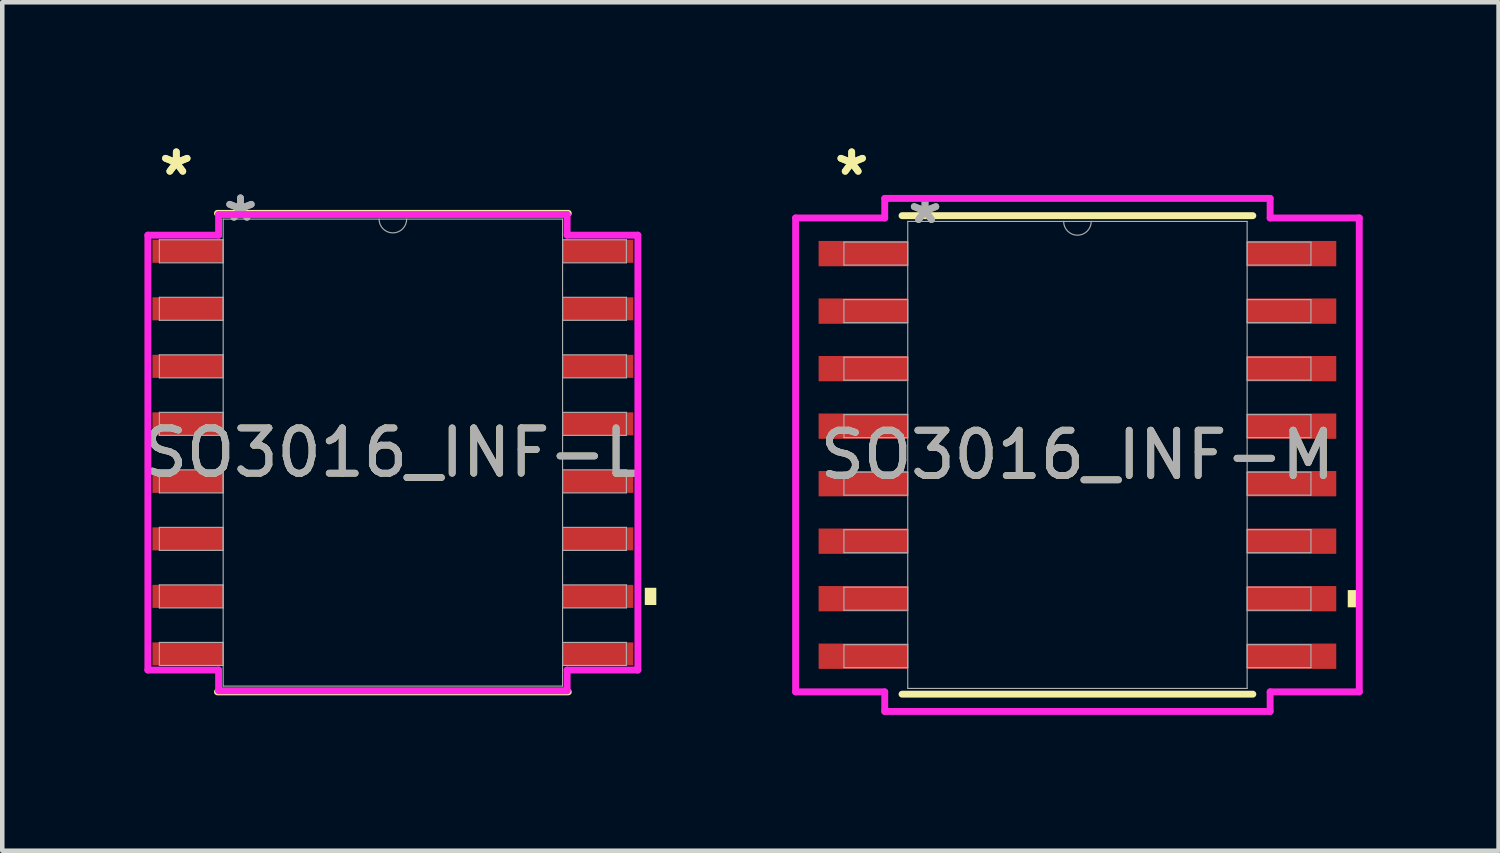
<source format=kicad_pcb>
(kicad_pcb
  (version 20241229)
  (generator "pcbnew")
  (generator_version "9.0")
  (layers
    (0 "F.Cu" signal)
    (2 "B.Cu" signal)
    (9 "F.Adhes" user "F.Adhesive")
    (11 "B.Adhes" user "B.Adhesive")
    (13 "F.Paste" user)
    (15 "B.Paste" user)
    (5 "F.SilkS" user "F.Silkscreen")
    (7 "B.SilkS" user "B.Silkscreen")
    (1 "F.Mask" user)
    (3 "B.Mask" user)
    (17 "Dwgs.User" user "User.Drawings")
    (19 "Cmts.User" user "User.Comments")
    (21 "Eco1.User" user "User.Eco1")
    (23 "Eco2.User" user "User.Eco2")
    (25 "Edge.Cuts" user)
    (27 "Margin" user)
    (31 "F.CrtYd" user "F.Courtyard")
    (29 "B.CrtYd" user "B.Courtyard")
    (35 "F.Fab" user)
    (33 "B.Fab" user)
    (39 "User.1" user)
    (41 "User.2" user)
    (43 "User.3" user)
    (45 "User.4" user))
  (footprint "SO3016_INF-L"
    (layer "F.Cu")
    (at 5.625 6.944)
    (property "Reference" "SO3016_INF-L" (at 0 0 0) (unlocked yes) (layer "F.SilkS") (effects (font (size 1 1) (thickness 0.15))))
    (attr smd)
    (fp_line (start -3.873 5.283) (end 3.873 5.283) (stroke (width 0.152) (type solid)) (layer "F.SilkS"))
    (fp_line (start 3.873 -5.283) (end -3.873 -5.283) (stroke (width 0.152) (type solid)) (layer "F.SilkS"))
    (fp_poly (pts (xy 5.817 2.985) (xy 5.817 3.365) (xy 5.563 3.365) (xy 5.563 2.985)) (stroke (width 0) (type solid)) (fill yes) (layer "F.SilkS"))
    (fp_line (start -5.41 -4.801) (end -3.848 -4.801) (stroke (width 0.152) (type solid)) (layer "F.CrtYd"))
    (fp_line (start -5.41 4.801) (end -5.41 -4.801) (stroke (width 0.152) (type solid)) (layer "F.CrtYd"))
    (fp_line (start -5.41 4.801) (end -3.848 4.801) (stroke (width 0.152) (type solid)) (layer "F.CrtYd"))
    (fp_line (start -3.848 -5.258) (end 3.848 -5.258) (stroke (width 0.152) (type solid)) (layer "F.CrtYd"))
    (fp_line (start -3.848 -4.801) (end -3.848 -5.258) (stroke (width 0.152) (type solid)) (layer "F.CrtYd"))
    (fp_line (start -3.848 5.258) (end -3.848 4.801) (stroke (width 0.152) (type solid)) (layer "F.CrtYd"))
    (fp_line (start 3.848 -5.258) (end 3.848 -4.801) (stroke (width 0.152) (type solid)) (layer "F.CrtYd"))
    (fp_line (start 3.848 4.801) (end 3.848 5.258) (stroke (width 0.152) (type solid)) (layer "F.CrtYd"))
    (fp_line (start 3.848 5.258) (end -3.848 5.258) (stroke (width 0.152) (type solid)) (layer "F.CrtYd"))
    (fp_line (start 5.41 -4.801) (end 3.848 -4.801) (stroke (width 0.152) (type solid)) (layer "F.CrtYd"))
    (fp_line (start 5.41 -4.801) (end 5.41 4.801) (stroke (width 0.152) (type solid)) (layer "F.CrtYd"))
    (fp_line (start 5.41 4.801) (end 3.848 4.801) (stroke (width 0.152) (type solid)) (layer "F.CrtYd"))
    (fp_line (start -5.156 -4.699) (end -5.156 -4.191) (stroke (width 0.025) (type solid)) (layer "F.Fab"))
    (fp_line (start -5.156 -4.191) (end -3.747 -4.191) (stroke (width 0.025) (type solid)) (layer "F.Fab"))
    (fp_line (start -5.156 -3.429) (end -5.156 -2.921) (stroke (width 0.025) (type solid)) (layer "F.Fab"))
    (fp_line (start -5.156 -2.921) (end -3.747 -2.921) (stroke (width 0.025) (type solid)) (layer "F.Fab"))
    (fp_line (start -5.156 -2.159) (end -5.156 -1.651) (stroke (width 0.025) (type solid)) (layer "F.Fab"))
    (fp_line (start -5.156 -1.651) (end -3.747 -1.651) (stroke (width 0.025) (type solid)) (layer "F.Fab"))
    (fp_line (start -5.156 -0.889) (end -5.156 -0.381) (stroke (width 0.025) (type solid)) (layer "F.Fab"))
    (fp_line (start -5.156 -0.381) (end -3.747 -0.381) (stroke (width 0.025) (type solid)) (layer "F.Fab"))
    (fp_line (start -5.156 0.381) (end -5.156 0.889) (stroke (width 0.025) (type solid)) (layer "F.Fab"))
    (fp_line (start -5.156 0.889) (end -3.747 0.889) (stroke (width 0.025) (type solid)) (layer "F.Fab"))
    (fp_line (start -5.156 1.651) (end -5.156 2.159) (stroke (width 0.025) (type solid)) (layer "F.Fab"))
    (fp_line (start -5.156 2.159) (end -3.747 2.159) (stroke (width 0.025) (type solid)) (layer "F.Fab"))
    (fp_line (start -5.156 2.921) (end -5.156 3.429) (stroke (width 0.025) (type solid)) (layer "F.Fab"))
    (fp_line (start -5.156 3.429) (end -3.747 3.429) (stroke (width 0.025) (type solid)) (layer "F.Fab"))
    (fp_line (start -5.156 4.191) (end -5.156 4.699) (stroke (width 0.025) (type solid)) (layer "F.Fab"))
    (fp_line (start -5.156 4.699) (end -3.747 4.699) (stroke (width 0.025) (type solid)) (layer "F.Fab"))
    (fp_line (start -3.747 -5.156) (end -3.747 5.156) (stroke (width 0.025) (type solid)) (layer "F.Fab"))
    (fp_line (start -3.747 -4.699) (end -5.156 -4.699) (stroke (width 0.025) (type solid)) (layer "F.Fab"))
    (fp_line (start -3.747 -4.191) (end -3.747 -4.699) (stroke (width 0.025) (type solid)) (layer "F.Fab"))
    (fp_line (start -3.747 -3.429) (end -5.156 -3.429) (stroke (width 0.025) (type solid)) (layer "F.Fab"))
    (fp_line (start -3.747 -2.921) (end -3.747 -3.429) (stroke (width 0.025) (type solid)) (layer "F.Fab"))
    (fp_line (start -3.747 -2.159) (end -5.156 -2.159) (stroke (width 0.025) (type solid)) (layer "F.Fab"))
    (fp_line (start -3.747 -1.651) (end -3.747 -2.159) (stroke (width 0.025) (type solid)) (layer "F.Fab"))
    (fp_line (start -3.747 -0.889) (end -5.156 -0.889) (stroke (width 0.025) (type solid)) (layer "F.Fab"))
    (fp_line (start -3.747 -0.381) (end -3.747 -0.889) (stroke (width 0.025) (type solid)) (layer "F.Fab"))
    (fp_line (start -3.747 0.381) (end -5.156 0.381) (stroke (width 0.025) (type solid)) (layer "F.Fab"))
    (fp_line (start -3.747 0.889) (end -3.747 0.381) (stroke (width 0.025) (type solid)) (layer "F.Fab"))
    (fp_line (start -3.747 1.651) (end -5.156 1.651) (stroke (width 0.025) (type solid)) (layer "F.Fab"))
    (fp_line (start -3.747 2.159) (end -3.747 1.651) (stroke (width 0.025) (type solid)) (layer "F.Fab"))
    (fp_line (start -3.747 2.921) (end -5.156 2.921) (stroke (width 0.025) (type solid)) (layer "F.Fab"))
    (fp_line (start -3.747 3.429) (end -3.747 2.921) (stroke (width 0.025) (type solid)) (layer "F.Fab"))
    (fp_line (start -3.747 4.191) (end -5.156 4.191) (stroke (width 0.025) (type solid)) (layer "F.Fab"))
    (fp_line (start -3.747 4.699) (end -3.747 4.191) (stroke (width 0.025) (type solid)) (layer "F.Fab"))
    (fp_line (start -3.747 5.156) (end 3.747 5.156) (stroke (width 0.025) (type solid)) (layer "F.Fab"))
    (fp_line (start 3.747 -5.156) (end -3.747 -5.156) (stroke (width 0.025) (type solid)) (layer "F.Fab"))
    (fp_line (start 3.747 -4.699) (end 3.747 -4.191) (stroke (width 0.025) (type solid)) (layer "F.Fab"))
    (fp_line (start 3.747 -4.191) (end 5.156 -4.191) (stroke (width 0.025) (type solid)) (layer "F.Fab"))
    (fp_line (start 3.747 -3.429) (end 3.747 -2.921) (stroke (width 0.025) (type solid)) (layer "F.Fab"))
    (fp_line (start 3.747 -2.921) (end 5.156 -2.921) (stroke (width 0.025) (type solid)) (layer "F.Fab"))
    (fp_line (start 3.747 -2.159) (end 3.747 -1.651) (stroke (width 0.025) (type solid)) (layer "F.Fab"))
    (fp_line (start 3.747 -1.651) (end 5.156 -1.651) (stroke (width 0.025) (type solid)) (layer "F.Fab"))
    (fp_line (start 3.747 -0.889) (end 3.747 -0.381) (stroke (width 0.025) (type solid)) (layer "F.Fab"))
    (fp_line (start 3.747 -0.381) (end 5.156 -0.381) (stroke (width 0.025) (type solid)) (layer "F.Fab"))
    (fp_line (start 3.747 0.381) (end 3.747 0.889) (stroke (width 0.025) (type solid)) (layer "F.Fab"))
    (fp_line (start 3.747 0.889) (end 5.156 0.889) (stroke (width 0.025) (type solid)) (layer "F.Fab"))
    (fp_line (start 3.747 1.651) (end 3.747 2.159) (stroke (width 0.025) (type solid)) (layer "F.Fab"))
    (fp_line (start 3.747 2.159) (end 5.156 2.159) (stroke (width 0.025) (type solid)) (layer "F.Fab"))
    (fp_line (start 3.747 2.921) (end 3.747 3.429) (stroke (width 0.025) (type solid)) (layer "F.Fab"))
    (fp_line (start 3.747 3.429) (end 5.156 3.429) (stroke (width 0.025) (type solid)) (layer "F.Fab"))
    (fp_line (start 3.747 4.191) (end 3.747 4.699) (stroke (width 0.025) (type solid)) (layer "F.Fab"))
    (fp_line (start 3.747 4.699) (end 5.156 4.699) (stroke (width 0.025) (type solid)) (layer "F.Fab"))
    (fp_line (start 3.747 5.156) (end 3.747 -5.156) (stroke (width 0.025) (type solid)) (layer "F.Fab"))
    (fp_line (start 5.156 -4.699) (end 3.747 -4.699) (stroke (width 0.025) (type solid)) (layer "F.Fab"))
    (fp_line (start 5.156 -4.191) (end 5.156 -4.699) (stroke (width 0.025) (type solid)) (layer "F.Fab"))
    (fp_line (start 5.156 -3.429) (end 3.747 -3.429) (stroke (width 0.025) (type solid)) (layer "F.Fab"))
    (fp_line (start 5.156 -2.921) (end 5.156 -3.429) (stroke (width 0.025) (type solid)) (layer "F.Fab"))
    (fp_line (start 5.156 -2.159) (end 3.747 -2.159) (stroke (width 0.025) (type solid)) (layer "F.Fab"))
    (fp_line (start 5.156 -1.651) (end 5.156 -2.159) (stroke (width 0.025) (type solid)) (layer "F.Fab"))
    (fp_line (start 5.156 -0.889) (end 3.747 -0.889) (stroke (width 0.025) (type solid)) (layer "F.Fab"))
    (fp_line (start 5.156 -0.381) (end 5.156 -0.889) (stroke (width 0.025) (type solid)) (layer "F.Fab"))
    (fp_line (start 5.156 0.381) (end 3.747 0.381) (stroke (width 0.025) (type solid)) (layer "F.Fab"))
    (fp_line (start 5.156 0.889) (end 5.156 0.381) (stroke (width 0.025) (type solid)) (layer "F.Fab"))
    (fp_line (start 5.156 1.651) (end 3.747 1.651) (stroke (width 0.025) (type solid)) (layer "F.Fab"))
    (fp_line (start 5.156 2.159) (end 5.156 1.651) (stroke (width 0.025) (type solid)) (layer "F.Fab"))
    (fp_line (start 5.156 2.921) (end 3.747 2.921) (stroke (width 0.025) (type solid)) (layer "F.Fab"))
    (fp_line (start 5.156 3.429) (end 5.156 2.921) (stroke (width 0.025) (type solid)) (layer "F.Fab"))
    (fp_line (start 5.156 4.191) (end 3.747 4.191) (stroke (width 0.025) (type solid)) (layer "F.Fab"))
    (fp_line (start 5.156 4.699) (end 5.156 4.191) (stroke (width 0.025) (type solid)) (layer "F.Fab"))
    (fp_arc (start 0.3048 -5.1562) (mid 0 -4.8514) (end -0.3048 -5.1562) (stroke (width 0.0254) (type solid)) (layer "F.Fab"))
    (fp_text user "*" (at -4.782 -6.096 0) (unlocked yes) (layer "F.SilkS") (effects (font (size 1 1) (thickness 0.15))))
    (fp_text user "*" (at -4.782 -6.096 0) (layer "F.SilkS") (effects (font (size 1 1) (thickness 0.15))))
    (fp_text user "*" (at -3.365 -5.08 0) (unlocked yes) (layer "F.Fab") (effects (font (size 1 1) (thickness 0.15))))
    (fp_text user "${REFERENCE}" (at 0 0 0) (unlocked yes) (layer "F.Fab") (effects (font (size 1 1) (thickness 0.15))))
    (fp_text user "*" (at -3.365 -5.08 0) (layer "F.Fab") (effects (font (size 1 1) (thickness 0.15))))
    (pad "1" smd rect (at -4.528 -4.445) (size 1.562 0.508) (layers "F.Cu" "F.Mask" "F.Paste"))
    (pad "2" smd rect (at -4.528 -3.175) (size 1.562 0.508) (layers "F.Cu" "F.Mask" "F.Paste"))
    (pad "3" smd rect (at -4.528 -1.905) (size 1.562 0.508) (layers "F.Cu" "F.Mask" "F.Paste"))
    (pad "4" smd rect (at -4.528 -0.635) (size 1.562 0.508) (layers "F.Cu" "F.Mask" "F.Paste"))
    (pad "5" smd rect (at -4.528 0.635) (size 1.562 0.508) (layers "F.Cu" "F.Mask" "F.Paste"))
    (pad "6" smd rect (at -4.528 1.905) (size 1.562 0.508) (layers "F.Cu" "F.Mask" "F.Paste"))
    (pad "7" smd rect (at -4.528 3.175) (size 1.562 0.508) (layers "F.Cu" "F.Mask" "F.Paste"))
    (pad "8" smd rect (at -4.528 4.445) (size 1.562 0.508) (layers "F.Cu" "F.Mask" "F.Paste"))
    (pad "9" smd rect (at 4.528 4.445) (size 1.562 0.508) (layers "F.Cu" "F.Mask" "F.Paste"))
    (pad "10" smd rect (at 4.528 3.175) (size 1.562 0.508) (layers "F.Cu" "F.Mask" "F.Paste"))
    (pad "11" smd rect (at 4.528 1.905) (size 1.562 0.508) (layers "F.Cu" "F.Mask" "F.Paste"))
    (pad "12" smd rect (at 4.528 0.635) (size 1.562 0.508) (layers "F.Cu" "F.Mask" "F.Paste"))
    (pad "13" smd rect (at 4.528 -0.635) (size 1.562 0.508) (layers "F.Cu" "F.Mask" "F.Paste"))
    (pad "14" smd rect (at 4.528 -1.905) (size 1.562 0.508) (layers "F.Cu" "F.Mask" "F.Paste"))
    (pad "15" smd rect (at 4.528 -3.175) (size 1.562 0.508) (layers "F.Cu" "F.Mask" "F.Paste"))
    (pad "16" smd rect (at 4.528 -4.445) (size 1.562 0.508) (layers "F.Cu" "F.Mask" "F.Paste")))
  (footprint "SO3016_INF-M"
    (layer "F.Cu")
    (at 20.741 6.995)
    (property "Reference" "SO3016_INF-M" (at 0 0 0) (unlocked yes) (layer "F.SilkS") (effects (font (size 1 1) (thickness 0.15))))
    (attr smd)
    (fp_line (start -3.873 5.283) (end 3.873 5.283) (stroke (width 0.152) (type solid)) (layer "F.SilkS"))
    (fp_line (start 3.873 -5.283) (end -3.873 -5.283) (stroke (width 0.152) (type solid)) (layer "F.SilkS"))
    (fp_poly (pts (xy 6.223 2.985) (xy 6.223 3.365) (xy 5.969 3.365) (xy 5.969 2.985)) (stroke (width 0) (type solid)) (fill yes) (layer "F.SilkS"))
    (fp_line (start -6.223 -5.232) (end -4.255 -5.232) (stroke (width 0.152) (type solid)) (layer "F.CrtYd"))
    (fp_line (start -6.223 5.232) (end -6.223 -5.232) (stroke (width 0.152) (type solid)) (layer "F.CrtYd"))
    (fp_line (start -6.223 5.232) (end -4.255 5.232) (stroke (width 0.152) (type solid)) (layer "F.CrtYd"))
    (fp_line (start -4.255 -5.664) (end 4.255 -5.664) (stroke (width 0.152) (type solid)) (layer "F.CrtYd"))
    (fp_line (start -4.255 -5.232) (end -4.255 -5.664) (stroke (width 0.152) (type solid)) (layer "F.CrtYd"))
    (fp_line (start -4.255 5.664) (end -4.255 5.232) (stroke (width 0.152) (type solid)) (layer "F.CrtYd"))
    (fp_line (start 4.255 -5.664) (end 4.255 -5.232) (stroke (width 0.152) (type solid)) (layer "F.CrtYd"))
    (fp_line (start 4.255 5.232) (end 4.255 5.664) (stroke (width 0.152) (type solid)) (layer "F.CrtYd"))
    (fp_line (start 4.255 5.664) (end -4.255 5.664) (stroke (width 0.152) (type solid)) (layer "F.CrtYd"))
    (fp_line (start 6.223 -5.232) (end 4.255 -5.232) (stroke (width 0.152) (type solid)) (layer "F.CrtYd"))
    (fp_line (start 6.223 -5.232) (end 6.223 5.232) (stroke (width 0.152) (type solid)) (layer "F.CrtYd"))
    (fp_line (start 6.223 5.232) (end 4.255 5.232) (stroke (width 0.152) (type solid)) (layer "F.CrtYd"))
    (fp_line (start -5.156 -4.699) (end -5.156 -4.191) (stroke (width 0.025) (type solid)) (layer "F.Fab"))
    (fp_line (start -5.156 -4.191) (end -3.747 -4.191) (stroke (width 0.025) (type solid)) (layer "F.Fab"))
    (fp_line (start -5.156 -3.429) (end -5.156 -2.921) (stroke (width 0.025) (type solid)) (layer "F.Fab"))
    (fp_line (start -5.156 -2.921) (end -3.747 -2.921) (stroke (width 0.025) (type solid)) (layer "F.Fab"))
    (fp_line (start -5.156 -2.159) (end -5.156 -1.651) (stroke (width 0.025) (type solid)) (layer "F.Fab"))
    (fp_line (start -5.156 -1.651) (end -3.747 -1.651) (stroke (width 0.025) (type solid)) (layer "F.Fab"))
    (fp_line (start -5.156 -0.889) (end -5.156 -0.381) (stroke (width 0.025) (type solid)) (layer "F.Fab"))
    (fp_line (start -5.156 -0.381) (end -3.747 -0.381) (stroke (width 0.025) (type solid)) (layer "F.Fab"))
    (fp_line (start -5.156 0.381) (end -5.156 0.889) (stroke (width 0.025) (type solid)) (layer "F.Fab"))
    (fp_line (start -5.156 0.889) (end -3.747 0.889) (stroke (width 0.025) (type solid)) (layer "F.Fab"))
    (fp_line (start -5.156 1.651) (end -5.156 2.159) (stroke (width 0.025) (type solid)) (layer "F.Fab"))
    (fp_line (start -5.156 2.159) (end -3.747 2.159) (stroke (width 0.025) (type solid)) (layer "F.Fab"))
    (fp_line (start -5.156 2.921) (end -5.156 3.429) (stroke (width 0.025) (type solid)) (layer "F.Fab"))
    (fp_line (start -5.156 3.429) (end -3.747 3.429) (stroke (width 0.025) (type solid)) (layer "F.Fab"))
    (fp_line (start -5.156 4.191) (end -5.156 4.699) (stroke (width 0.025) (type solid)) (layer "F.Fab"))
    (fp_line (start -5.156 4.699) (end -3.747 4.699) (stroke (width 0.025) (type solid)) (layer "F.Fab"))
    (fp_line (start -3.747 -5.156) (end -3.747 5.156) (stroke (width 0.025) (type solid)) (layer "F.Fab"))
    (fp_line (start -3.747 -4.699) (end -5.156 -4.699) (stroke (width 0.025) (type solid)) (layer "F.Fab"))
    (fp_line (start -3.747 -4.191) (end -3.747 -4.699) (stroke (width 0.025) (type solid)) (layer "F.Fab"))
    (fp_line (start -3.747 -3.429) (end -5.156 -3.429) (stroke (width 0.025) (type solid)) (layer "F.Fab"))
    (fp_line (start -3.747 -2.921) (end -3.747 -3.429) (stroke (width 0.025) (type solid)) (layer "F.Fab"))
    (fp_line (start -3.747 -2.159) (end -5.156 -2.159) (stroke (width 0.025) (type solid)) (layer "F.Fab"))
    (fp_line (start -3.747 -1.651) (end -3.747 -2.159) (stroke (width 0.025) (type solid)) (layer "F.Fab"))
    (fp_line (start -3.747 -0.889) (end -5.156 -0.889) (stroke (width 0.025) (type solid)) (layer "F.Fab"))
    (fp_line (start -3.747 -0.381) (end -3.747 -0.889) (stroke (width 0.025) (type solid)) (layer "F.Fab"))
    (fp_line (start -3.747 0.381) (end -5.156 0.381) (stroke (width 0.025) (type solid)) (layer "F.Fab"))
    (fp_line (start -3.747 0.889) (end -3.747 0.381) (stroke (width 0.025) (type solid)) (layer "F.Fab"))
    (fp_line (start -3.747 1.651) (end -5.156 1.651) (stroke (width 0.025) (type solid)) (layer "F.Fab"))
    (fp_line (start -3.747 2.159) (end -3.747 1.651) (stroke (width 0.025) (type solid)) (layer "F.Fab"))
    (fp_line (start -3.747 2.921) (end -5.156 2.921) (stroke (width 0.025) (type solid)) (layer "F.Fab"))
    (fp_line (start -3.747 3.429) (end -3.747 2.921) (stroke (width 0.025) (type solid)) (layer "F.Fab"))
    (fp_line (start -3.747 4.191) (end -5.156 4.191) (stroke (width 0.025) (type solid)) (layer "F.Fab"))
    (fp_line (start -3.747 4.699) (end -3.747 4.191) (stroke (width 0.025) (type solid)) (layer "F.Fab"))
    (fp_line (start -3.747 5.156) (end 3.747 5.156) (stroke (width 0.025) (type solid)) (layer "F.Fab"))
    (fp_line (start 3.747 -5.156) (end -3.747 -5.156) (stroke (width 0.025) (type solid)) (layer "F.Fab"))
    (fp_line (start 3.747 -4.699) (end 3.747 -4.191) (stroke (width 0.025) (type solid)) (layer "F.Fab"))
    (fp_line (start 3.747 -4.191) (end 5.156 -4.191) (stroke (width 0.025) (type solid)) (layer "F.Fab"))
    (fp_line (start 3.747 -3.429) (end 3.747 -2.921) (stroke (width 0.025) (type solid)) (layer "F.Fab"))
    (fp_line (start 3.747 -2.921) (end 5.156 -2.921) (stroke (width 0.025) (type solid)) (layer "F.Fab"))
    (fp_line (start 3.747 -2.159) (end 3.747 -1.651) (stroke (width 0.025) (type solid)) (layer "F.Fab"))
    (fp_line (start 3.747 -1.651) (end 5.156 -1.651) (stroke (width 0.025) (type solid)) (layer "F.Fab"))
    (fp_line (start 3.747 -0.889) (end 3.747 -0.381) (stroke (width 0.025) (type solid)) (layer "F.Fab"))
    (fp_line (start 3.747 -0.381) (end 5.156 -0.381) (stroke (width 0.025) (type solid)) (layer "F.Fab"))
    (fp_line (start 3.747 0.381) (end 3.747 0.889) (stroke (width 0.025) (type solid)) (layer "F.Fab"))
    (fp_line (start 3.747 0.889) (end 5.156 0.889) (stroke (width 0.025) (type solid)) (layer "F.Fab"))
    (fp_line (start 3.747 1.651) (end 3.747 2.159) (stroke (width 0.025) (type solid)) (layer "F.Fab"))
    (fp_line (start 3.747 2.159) (end 5.156 2.159) (stroke (width 0.025) (type solid)) (layer "F.Fab"))
    (fp_line (start 3.747 2.921) (end 3.747 3.429) (stroke (width 0.025) (type solid)) (layer "F.Fab"))
    (fp_line (start 3.747 3.429) (end 5.156 3.429) (stroke (width 0.025) (type solid)) (layer "F.Fab"))
    (fp_line (start 3.747 4.191) (end 3.747 4.699) (stroke (width 0.025) (type solid)) (layer "F.Fab"))
    (fp_line (start 3.747 4.699) (end 5.156 4.699) (stroke (width 0.025) (type solid)) (layer "F.Fab"))
    (fp_line (start 3.747 5.156) (end 3.747 -5.156) (stroke (width 0.025) (type solid)) (layer "F.Fab"))
    (fp_line (start 5.156 -4.699) (end 3.747 -4.699) (stroke (width 0.025) (type solid)) (layer "F.Fab"))
    (fp_line (start 5.156 -4.191) (end 5.156 -4.699) (stroke (width 0.025) (type solid)) (layer "F.Fab"))
    (fp_line (start 5.156 -3.429) (end 3.747 -3.429) (stroke (width 0.025) (type solid)) (layer "F.Fab"))
    (fp_line (start 5.156 -2.921) (end 5.156 -3.429) (stroke (width 0.025) (type solid)) (layer "F.Fab"))
    (fp_line (start 5.156 -2.159) (end 3.747 -2.159) (stroke (width 0.025) (type solid)) (layer "F.Fab"))
    (fp_line (start 5.156 -1.651) (end 5.156 -2.159) (stroke (width 0.025) (type solid)) (layer "F.Fab"))
    (fp_line (start 5.156 -0.889) (end 3.747 -0.889) (stroke (width 0.025) (type solid)) (layer "F.Fab"))
    (fp_line (start 5.156 -0.381) (end 5.156 -0.889) (stroke (width 0.025) (type solid)) (layer "F.Fab"))
    (fp_line (start 5.156 0.381) (end 3.747 0.381) (stroke (width 0.025) (type solid)) (layer "F.Fab"))
    (fp_line (start 5.156 0.889) (end 5.156 0.381) (stroke (width 0.025) (type solid)) (layer "F.Fab"))
    (fp_line (start 5.156 1.651) (end 3.747 1.651) (stroke (width 0.025) (type solid)) (layer "F.Fab"))
    (fp_line (start 5.156 2.159) (end 5.156 1.651) (stroke (width 0.025) (type solid)) (layer "F.Fab"))
    (fp_line (start 5.156 2.921) (end 3.747 2.921) (stroke (width 0.025) (type solid)) (layer "F.Fab"))
    (fp_line (start 5.156 3.429) (end 5.156 2.921) (stroke (width 0.025) (type solid)) (layer "F.Fab"))
    (fp_line (start 5.156 4.191) (end 3.747 4.191) (stroke (width 0.025) (type solid)) (layer "F.Fab"))
    (fp_line (start 5.156 4.699) (end 5.156 4.191) (stroke (width 0.025) (type solid)) (layer "F.Fab"))
    (fp_arc (start 0.3048 -5.1562) (mid 0 -4.8514) (end -0.3048 -5.1562) (stroke (width 0.0254) (type solid)) (layer "F.Fab"))
    (fp_text user "*" (at -4.985 -6.147 0) (unlocked yes) (layer "F.SilkS") (effects (font (size 1 1) (thickness 0.15))))
    (fp_text user "*" (at -4.985 -6.147 0) (layer "F.SilkS") (effects (font (size 1 1) (thickness 0.15))))
    (fp_text user "${REFERENCE}" (at 0 0 0) (unlocked yes) (layer "F.Fab") (effects (font (size 1 1) (thickness 0.15))))
    (fp_text user "*" (at -3.365 -5.08 0) (layer "F.Fab") (effects (font (size 1 1) (thickness 0.15))))
    (fp_text user "*" (at -3.365 -5.08 0) (unlocked yes) (layer "F.Fab") (effects (font (size 1 1) (thickness 0.15))))
    (pad "1" smd rect (at -4.731 -4.445) (size 1.968 0.559) (layers "F.Cu" "F.Mask" "F.Paste"))
    (pad "2" smd rect (at -4.731 -3.175) (size 1.968 0.559) (layers "F.Cu" "F.Mask" "F.Paste"))
    (pad "3" smd rect (at -4.731 -1.905) (size 1.968 0.559) (layers "F.Cu" "F.Mask" "F.Paste"))
    (pad "4" smd rect (at -4.731 -0.635) (size 1.968 0.559) (layers "F.Cu" "F.Mask" "F.Paste"))
    (pad "5" smd rect (at -4.731 0.635) (size 1.968 0.559) (layers "F.Cu" "F.Mask" "F.Paste"))
    (pad "6" smd rect (at -4.731 1.905) (size 1.968 0.559) (layers "F.Cu" "F.Mask" "F.Paste"))
    (pad "7" smd rect (at -4.731 3.175) (size 1.968 0.559) (layers "F.Cu" "F.Mask" "F.Paste"))
    (pad "8" smd rect (at -4.731 4.445) (size 1.968 0.559) (layers "F.Cu" "F.Mask" "F.Paste"))
    (pad "9" smd rect (at 4.731 4.445) (size 1.968 0.559) (layers "F.Cu" "F.Mask" "F.Paste"))
    (pad "10" smd rect (at 4.731 3.175) (size 1.968 0.559) (layers "F.Cu" "F.Mask" "F.Paste"))
    (pad "11" smd rect (at 4.731 1.905) (size 1.968 0.559) (layers "F.Cu" "F.Mask" "F.Paste"))
    (pad "12" smd rect (at 4.731 0.635) (size 1.968 0.559) (layers "F.Cu" "F.Mask" "F.Paste"))
    (pad "13" smd rect (at 4.731 -0.635) (size 1.968 0.559) (layers "F.Cu" "F.Mask" "F.Paste"))
    (pad "14" smd rect (at 4.731 -1.905) (size 1.968 0.559) (layers "F.Cu" "F.Mask" "F.Paste"))
    (pad "15" smd rect (at 4.731 -3.175) (size 1.968 0.559) (layers "F.Cu" "F.Mask" "F.Paste"))
    (pad "16" smd rect (at 4.731 -4.445) (size 1.968 0.559) (layers "F.Cu" "F.Mask" "F.Paste")))
  (gr_rect
    (start -3 -3)
    (end 30.04 15.735)
    (stroke (width 0.1) (type default))
    (fill no)
    (layer "Edge.Cuts")))
</source>
